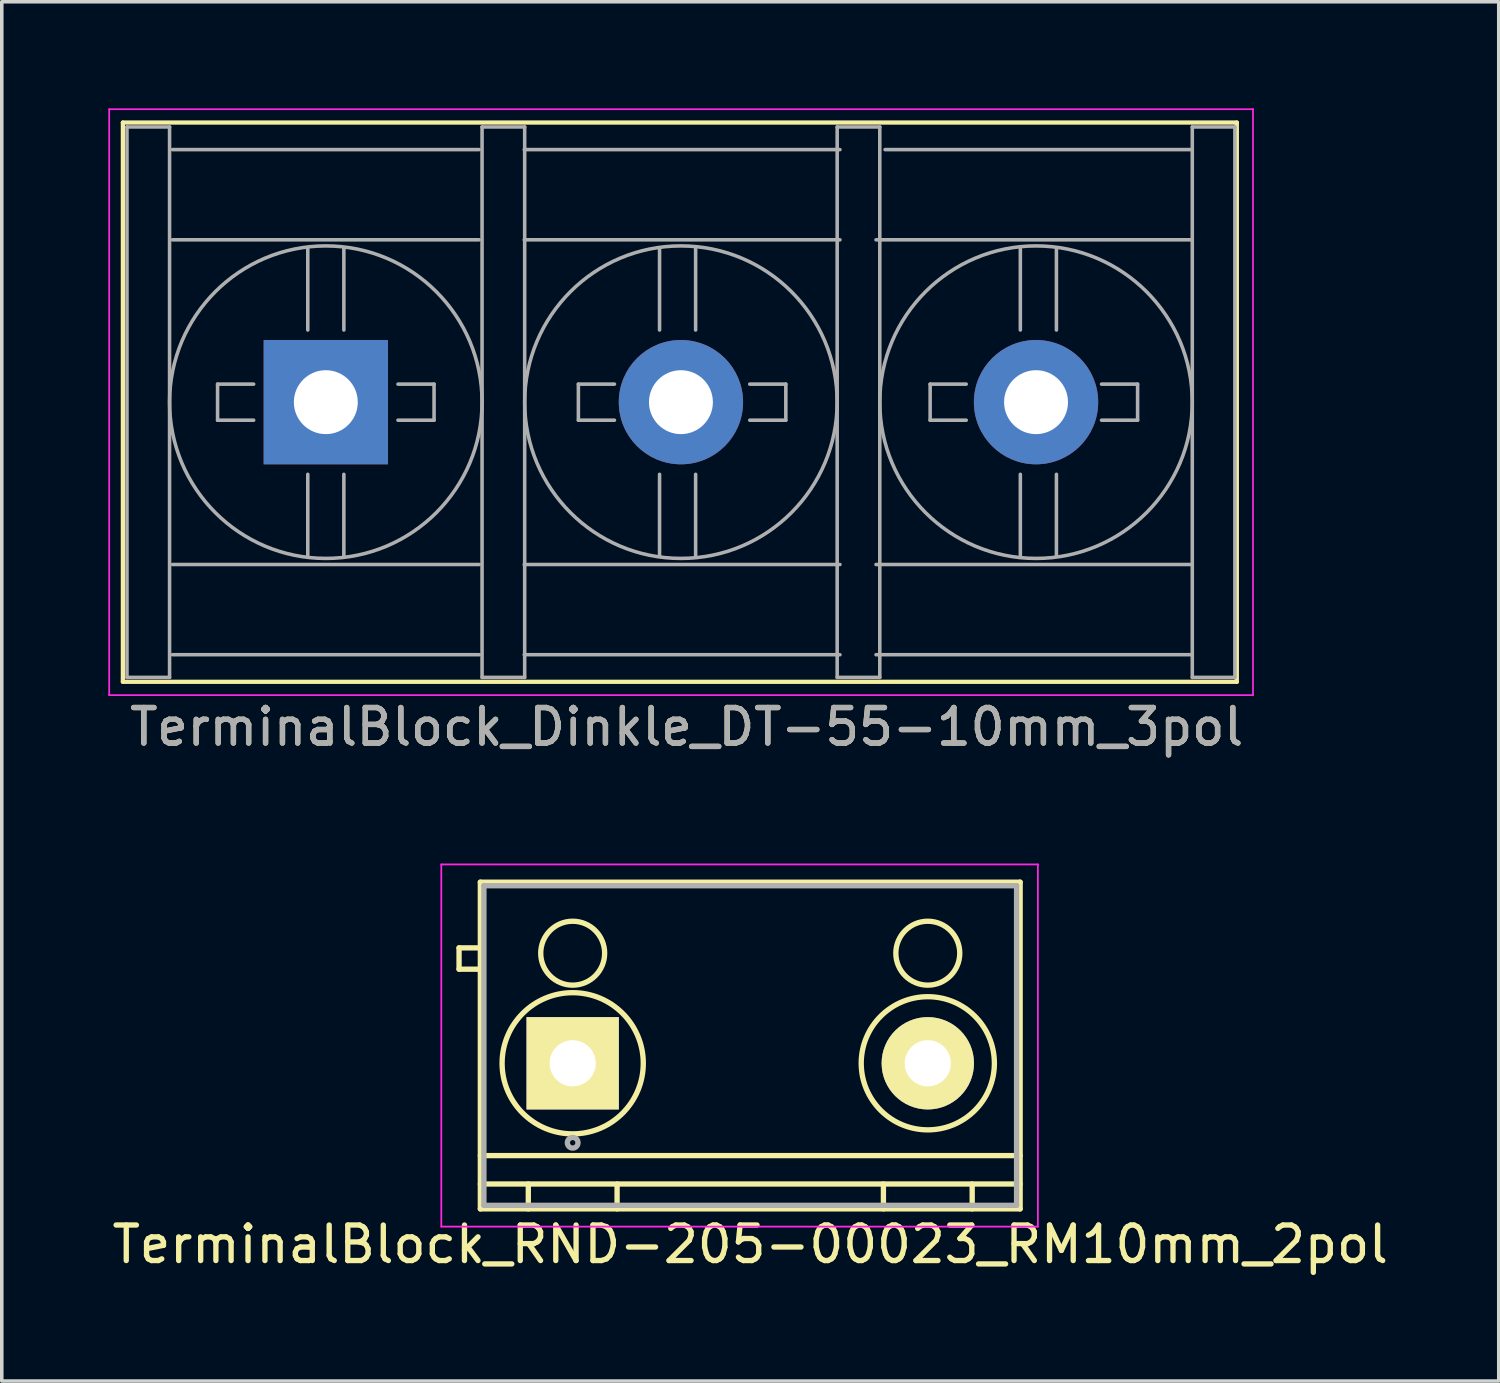
<source format=kicad_pcb>
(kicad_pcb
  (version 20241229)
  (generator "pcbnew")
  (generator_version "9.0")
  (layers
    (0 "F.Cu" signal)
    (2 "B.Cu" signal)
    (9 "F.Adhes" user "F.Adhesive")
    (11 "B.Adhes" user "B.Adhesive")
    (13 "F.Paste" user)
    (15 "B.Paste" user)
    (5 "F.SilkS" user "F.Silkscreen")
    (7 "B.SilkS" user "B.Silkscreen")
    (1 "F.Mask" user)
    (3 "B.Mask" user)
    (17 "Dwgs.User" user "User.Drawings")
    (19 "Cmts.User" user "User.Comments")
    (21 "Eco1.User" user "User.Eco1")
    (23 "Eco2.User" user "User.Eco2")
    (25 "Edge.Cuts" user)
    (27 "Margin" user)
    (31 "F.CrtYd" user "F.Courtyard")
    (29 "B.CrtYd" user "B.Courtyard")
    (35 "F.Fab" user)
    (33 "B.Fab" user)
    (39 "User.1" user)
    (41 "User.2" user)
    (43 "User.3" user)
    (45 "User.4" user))
  (footprint "TerminalBlock_RND-205-00023_RM10mm_2pol"
    (layer "F.Cu")
    (at 13.077 26.892)
    (property "Reference" "TerminalBlock_RND-205-00023_RM10mm_2pol" (at 5 5.1 0) (layer "F.SilkS") (effects (font (size 1 1) (thickness 0.15))))
    (attr through_hole)
    (fp_line (start -3.2 -3.25) (end -3.2 -2.65) (stroke (width 0.15) (type solid)) (layer "F.SilkS"))
    (fp_line (start -3.2 -2.65) (end -2.6 -2.65) (stroke (width 0.15) (type solid)) (layer "F.SilkS"))
    (fp_line (start -2.6 -5.1) (end 12.6 -5.1) (stroke (width 0.15) (type solid)) (layer "F.SilkS"))
    (fp_line (start -2.6 -3.25) (end -3.2 -3.25) (stroke (width 0.15) (type solid)) (layer "F.SilkS"))
    (fp_line (start -2.6 2.6) (end 12.6 2.6) (stroke (width 0.15) (type solid)) (layer "F.SilkS"))
    (fp_line (start -2.6 3.4) (end 12.6 3.4) (stroke (width 0.15) (type solid)) (layer "F.SilkS"))
    (fp_line (start -2.6 4.1) (end -2.6 -5.1) (stroke (width 0.15) (type solid)) (layer "F.SilkS"))
    (fp_line (start -1.25 3.4) (end -1.25 4.1) (stroke (width 0.15) (type solid)) (layer "F.SilkS"))
    (fp_line (start 1.25 3.4) (end 1.25 4.1) (stroke (width 0.15) (type solid)) (layer "F.SilkS"))
    (fp_line (start 8.75 3.4) (end 8.75 4.1) (stroke (width 0.15) (type solid)) (layer "F.SilkS"))
    (fp_line (start 11.25 3.4) (end 11.25 4.1) (stroke (width 0.15) (type solid)) (layer "F.SilkS"))
    (fp_line (start 12.6 -5.1) (end 12.6 4.1) (stroke (width 0.15) (type solid)) (layer "F.SilkS"))
    (fp_line (start 12.6 4.1) (end -2.6 4.1) (stroke (width 0.15) (type solid)) (layer "F.SilkS"))
    (fp_circle (center 0 -3.1) (end -0.9 -3.1) (stroke (width 0.15) (type solid)) (fill no) (layer "F.SilkS"))
    (fp_circle (center 0 0) (end -1.988 0) (stroke (width 0.15) (type solid)) (fill no) (layer "F.SilkS"))
    (fp_circle (center 10 -3.1) (end 9.1 -3.1) (stroke (width 0.15) (type solid)) (fill no) (layer "F.SilkS"))
    (fp_circle (center 10 0) (end 8.125 0) (stroke (width 0.15) (type solid)) (fill no) (layer "F.SilkS"))
    (fp_line (start -3.7 -5.6) (end 13.1 -5.6) (stroke (width 0.05) (type solid)) (layer "F.CrtYd"))
    (fp_line (start -3.7 4.6) (end -3.7 -5.6) (stroke (width 0.05) (type solid)) (layer "F.CrtYd"))
    (fp_line (start 13.1 -5.6) (end 13.1 4.6) (stroke (width 0.05) (type solid)) (layer "F.CrtYd"))
    (fp_line (start 13.1 4.6) (end -3.7 4.6) (stroke (width 0.05) (type solid)) (layer "F.CrtYd"))
    (fp_line (start -2.5 -5) (end 12.5 -5) (stroke (width 0.15) (type solid)) (layer "F.Fab"))
    (fp_line (start -2.5 4) (end -2.5 -5) (stroke (width 0.15) (type solid)) (layer "F.Fab"))
    (fp_line (start 12.5 -5) (end 12.5 4) (stroke (width 0.15) (type solid)) (layer "F.Fab"))
    (fp_line (start 12.5 4) (end -2.5 4) (stroke (width 0.15) (type solid)) (layer "F.Fab"))
    (fp_circle (center 0 2.238) (end -0.15 2.238) (stroke (width 0.15) (type solid)) (fill no) (layer "F.Fab"))
    (pad "1" thru_hole rect (at 0 0) (size 2.6 2.6) (drill 1.3) (layers "*.Cu" "*.Mask" "F.SilkS"))
    (pad "2" thru_hole circle (at 10 0) (size 2.6 2.6) (drill 1.3) (layers "*.Cu" "*.Mask" "F.SilkS")))
  (footprint "TerminalBlock_Dinkle_DT-55-10mm_3pol"
    (layer "F.Cu")
    (at 6.125 8.275)
    (property "Reference" "TerminalBlock_Dinkle_DT-55-10mm_3pol" (at 10.16 9.144 0) (layer "F.SilkS") (effects (font (size 1 1) (thickness 0.15))))
    (attr through_hole)
    (fp_line (start -5.715 -7.874) (end 25.654 -7.874) (stroke (width 0.12) (type solid)) (layer "F.SilkS"))
    (fp_line (start -5.715 7.874) (end -5.715 -7.874) (stroke (width 0.12) (type solid)) (layer "F.SilkS"))
    (fp_line (start 25.654 -7.874) (end 25.654 7.874) (stroke (width 0.12) (type solid)) (layer "F.SilkS"))
    (fp_line (start 25.654 7.874) (end -5.715 7.874) (stroke (width 0.12) (type solid)) (layer "F.SilkS"))
    (fp_line (start -6.1 -8.25) (end 26.11 -8.25) (stroke (width 0.05) (type solid)) (layer "F.CrtYd"))
    (fp_line (start -6.1 8.25) (end -6.1 -8.25) (stroke (width 0.05) (type solid)) (layer "F.CrtYd"))
    (fp_line (start 26.11 -8.25) (end 26.11 8.25) (stroke (width 0.05) (type solid)) (layer "F.CrtYd"))
    (fp_line (start 26.11 8.25) (end -6.1 8.25) (stroke (width 0.05) (type solid)) (layer "F.CrtYd"))
    (fp_line (start -5.6 -7.75) (end -5.6 7.75) (stroke (width 0.1) (type solid)) (layer "F.Fab"))
    (fp_line (start -5.6 7.75) (end -4.4 7.75) (stroke (width 0.1) (type solid)) (layer "F.Fab"))
    (fp_line (start -4.4 -7.75) (end -5.6 -7.75) (stroke (width 0.1) (type solid)) (layer "F.Fab"))
    (fp_line (start -4.4 7.75) (end -4.4 -7.75) (stroke (width 0.1) (type solid)) (layer "F.Fab"))
    (fp_line (start -4.318 -7.112) (end 4.318 -7.112) (stroke (width 0.1) (type solid)) (layer "F.Fab"))
    (fp_line (start -4.318 -4.572) (end 4.318 -4.572) (stroke (width 0.1) (type solid)) (layer "F.Fab"))
    (fp_line (start -4.318 4.572) (end 4.318 4.572) (stroke (width 0.1) (type solid)) (layer "F.Fab"))
    (fp_line (start -4.318 7.112) (end 4.318 7.112) (stroke (width 0.1) (type solid)) (layer "F.Fab"))
    (fp_line (start -3.048 -0.508) (end -3.048 0.508) (stroke (width 0.1) (type solid)) (layer "F.Fab"))
    (fp_line (start -3.048 0.508) (end -2.032 0.508) (stroke (width 0.1) (type solid)) (layer "F.Fab"))
    (fp_line (start -2.032 -0.508) (end -3.048 -0.508) (stroke (width 0.1) (type solid)) (layer "F.Fab"))
    (fp_line (start -0.508 -4.318) (end -0.508 -2.032) (stroke (width 0.1) (type solid)) (layer "F.Fab"))
    (fp_line (start -0.508 4.318) (end -0.508 2.032) (stroke (width 0.1) (type solid)) (layer "F.Fab"))
    (fp_line (start 0.508 -4.318) (end 0.508 -2.032) (stroke (width 0.1) (type solid)) (layer "F.Fab"))
    (fp_line (start 0.508 4.318) (end 0.508 2.032) (stroke (width 0.1) (type solid)) (layer "F.Fab"))
    (fp_line (start 2.032 -0.508) (end 3.048 -0.508) (stroke (width 0.1) (type solid)) (layer "F.Fab"))
    (fp_line (start 3.048 -0.508) (end 3.048 0.508) (stroke (width 0.1) (type solid)) (layer "F.Fab"))
    (fp_line (start 3.048 0.508) (end 2.032 0.508) (stroke (width 0.1) (type solid)) (layer "F.Fab"))
    (fp_line (start 4.4 -7.75) (end 5.6 -7.75) (stroke (width 0.1) (type solid)) (layer "F.Fab"))
    (fp_line (start 4.4 7.75) (end 4.4 -7.75) (stroke (width 0.1) (type solid)) (layer "F.Fab"))
    (fp_line (start 5.588 -7.112) (end 14.478 -7.112) (stroke (width 0.1) (type solid)) (layer "F.Fab"))
    (fp_line (start 5.588 -4.572) (end 14.478 -4.572) (stroke (width 0.1) (type solid)) (layer "F.Fab"))
    (fp_line (start 5.588 4.572) (end 14.478 4.572) (stroke (width 0.1) (type solid)) (layer "F.Fab"))
    (fp_line (start 5.588 7.112) (end 14.478 7.112) (stroke (width 0.1) (type solid)) (layer "F.Fab"))
    (fp_line (start 5.6 -7.75) (end 5.6 7.75) (stroke (width 0.1) (type solid)) (layer "F.Fab"))
    (fp_line (start 5.6 7.75) (end 4.4 7.75) (stroke (width 0.1) (type solid)) (layer "F.Fab"))
    (fp_line (start 7.112 -0.508) (end 7.112 0.508) (stroke (width 0.1) (type solid)) (layer "F.Fab"))
    (fp_line (start 7.112 0.508) (end 8.128 0.508) (stroke (width 0.1) (type solid)) (layer "F.Fab"))
    (fp_line (start 8.128 -0.508) (end 7.112 -0.508) (stroke (width 0.1) (type solid)) (layer "F.Fab"))
    (fp_line (start 9.398 -4.318) (end 9.398 -2.032) (stroke (width 0.1) (type solid)) (layer "F.Fab"))
    (fp_line (start 9.398 4.318) (end 9.398 2.032) (stroke (width 0.1) (type solid)) (layer "F.Fab"))
    (fp_line (start 10.414 -4.318) (end 10.414 -2.032) (stroke (width 0.1) (type solid)) (layer "F.Fab"))
    (fp_line (start 10.414 4.318) (end 10.414 2.032) (stroke (width 0.1) (type solid)) (layer "F.Fab"))
    (fp_line (start 11.938 -0.508) (end 12.954 -0.508) (stroke (width 0.1) (type solid)) (layer "F.Fab"))
    (fp_line (start 12.954 -0.508) (end 12.954 0.508) (stroke (width 0.1) (type solid)) (layer "F.Fab"))
    (fp_line (start 12.954 0.508) (end 11.938 0.508) (stroke (width 0.1) (type solid)) (layer "F.Fab"))
    (fp_line (start 14.4 -7.75) (end 15.6 -7.75) (stroke (width 0.1) (type solid)) (layer "F.Fab"))
    (fp_line (start 14.4 7.75) (end 14.4 -7.75) (stroke (width 0.1) (type solid)) (layer "F.Fab"))
    (fp_line (start 15.494 -4.572) (end 24.384 -4.572) (stroke (width 0.1) (type solid)) (layer "F.Fab"))
    (fp_line (start 15.494 4.572) (end 24.384 4.572) (stroke (width 0.1) (type solid)) (layer "F.Fab"))
    (fp_line (start 15.494 7.112) (end 24.384 7.112) (stroke (width 0.1) (type solid)) (layer "F.Fab"))
    (fp_line (start 15.6 -7.75) (end 15.6 7.75) (stroke (width 0.1) (type solid)) (layer "F.Fab"))
    (fp_line (start 15.6 7.75) (end 14.4 7.75) (stroke (width 0.1) (type solid)) (layer "F.Fab"))
    (fp_line (start 15.748 -7.112) (end 24.384 -7.112) (stroke (width 0.1) (type solid)) (layer "F.Fab"))
    (fp_line (start 17.018 -0.508) (end 17.018 0.508) (stroke (width 0.1) (type solid)) (layer "F.Fab"))
    (fp_line (start 17.018 0.508) (end 18.034 0.508) (stroke (width 0.1) (type solid)) (layer "F.Fab"))
    (fp_line (start 18.034 -0.508) (end 17.018 -0.508) (stroke (width 0.1) (type solid)) (layer "F.Fab"))
    (fp_line (start 19.558 -4.318) (end 19.558 -2.032) (stroke (width 0.1) (type solid)) (layer "F.Fab"))
    (fp_line (start 19.558 4.318) (end 19.558 2.032) (stroke (width 0.1) (type solid)) (layer "F.Fab"))
    (fp_line (start 20.574 -4.318) (end 20.574 -2.032) (stroke (width 0.1) (type solid)) (layer "F.Fab"))
    (fp_line (start 20.574 4.318) (end 20.574 2.032) (stroke (width 0.1) (type solid)) (layer "F.Fab"))
    (fp_line (start 21.844 -0.508) (end 22.86 -0.508) (stroke (width 0.1) (type solid)) (layer "F.Fab"))
    (fp_line (start 22.86 -0.508) (end 22.86 0.508) (stroke (width 0.1) (type solid)) (layer "F.Fab"))
    (fp_line (start 22.86 0.508) (end 21.844 0.508) (stroke (width 0.1) (type solid)) (layer "F.Fab"))
    (fp_line (start 24.4 -7.75) (end 24.4 7.75) (stroke (width 0.1) (type solid)) (layer "F.Fab"))
    (fp_line (start 24.4 7.75) (end 25.6 7.75) (stroke (width 0.1) (type solid)) (layer "F.Fab"))
    (fp_line (start 25.6 -7.75) (end 24.4 -7.75) (stroke (width 0.1) (type solid)) (layer "F.Fab"))
    (fp_line (start 25.6 7.75) (end 25.6 -7.75) (stroke (width 0.1) (type solid)) (layer "F.Fab"))
    (fp_circle (center 0 0) (end 4.4 0) (stroke (width 0.1) (type solid)) (fill no) (layer "F.Fab"))
    (fp_circle (center 10 0) (end 14.4 0) (stroke (width 0.1) (type solid)) (fill no) (layer "F.Fab"))
    (fp_circle (center 20 0) (end 24.4 0) (stroke (width 0.1) (type solid)) (fill no) (layer "F.Fab"))
    (fp_text user "${REFERENCE}" (at 10.16 9.144 0) (layer "F.Fab") (effects (font (size 1 1) (thickness 0.15))))
    (pad "1" thru_hole rect (at 0 0) (size 3.5 3.5) (drill 1.8) (layers "*.Cu" "*.Mask"))
    (pad "2" thru_hole circle (at 10 0) (size 3.5 3.5) (drill 1.8) (layers "*.Cu" "*.Mask"))
    (pad "3" thru_hole circle (at 20 0) (size 3.5 3.5) (drill 1.8) (layers "*.Cu" "*.Mask")))
  (gr_rect
    (start -3 -3)
    (end 39.155 35.84)
    (stroke (width 0.1) (type default))
    (fill no)
    (layer "Edge.Cuts")))
</source>
